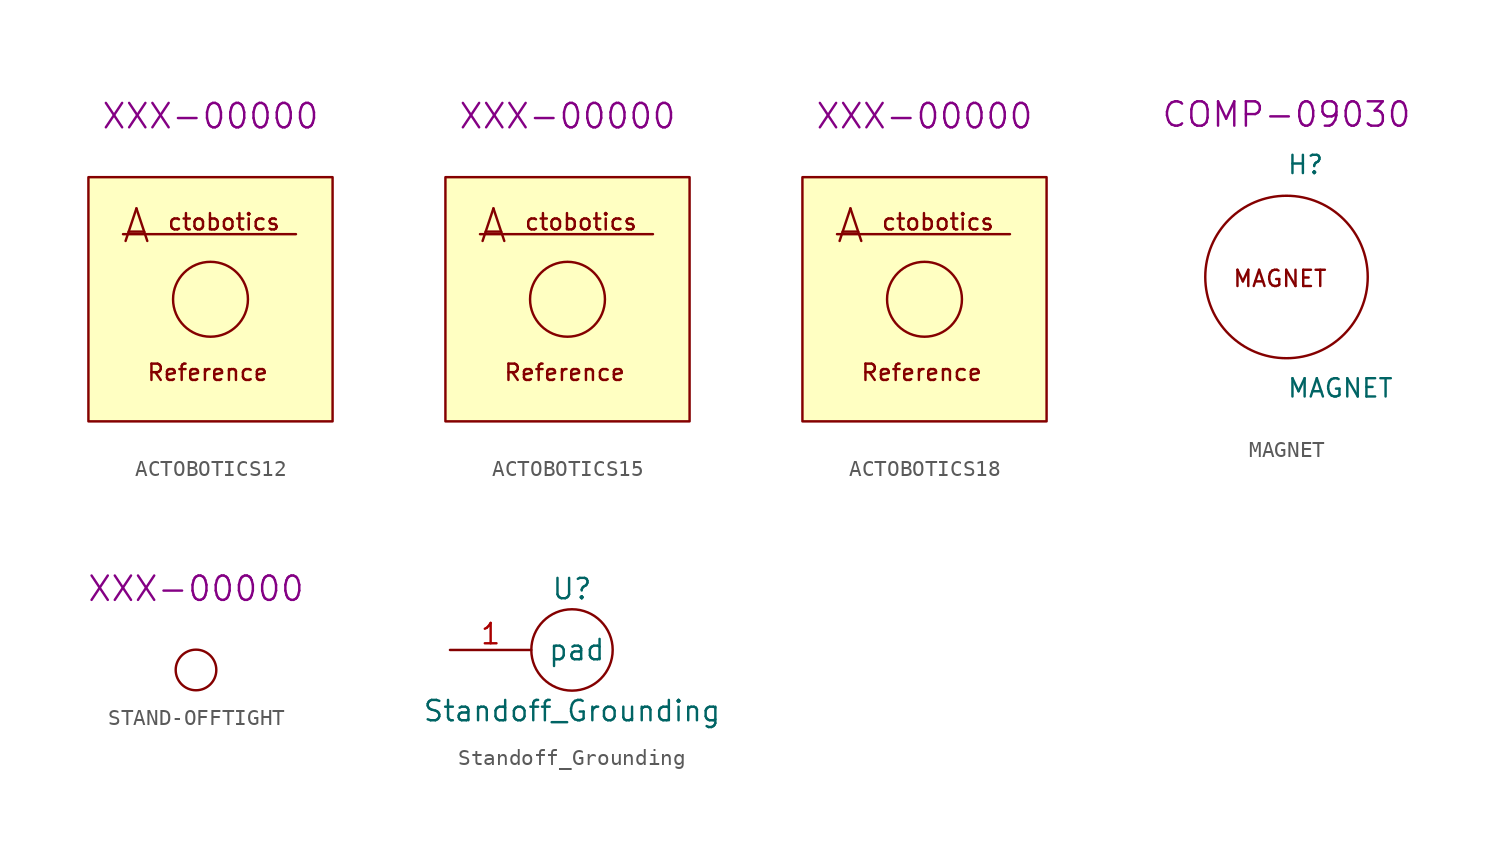
<source format=kicad_sym>
(kicad_symbol_lib
  (version 20201005)
  (generator kicad_symbol_editor)
  (symbol "ACTOBOTICS12"
    (pin_numbers hide)
    (pin_names
      (offset 1.016) hide)
    (property "Reference" "H"
      (at 0 8.89 0)
      (effects (font (size 1.143 1.143)) hide))
    (property "Field4" "XXX-00000"
      (at 0 11.43 0)
      (effects (font (size 1.524 1.524))))
    (property "ki_locked" ""
      (at 0 0 0)
      (effects (font (size 1.27 1.27))))
    (symbol "ACTOBOTICS12_1_0"
      (text "A" (at -4.623 4.572 0) (effects (font (size 2.032 2.032))))
      (text "ctobotics" (at 0.838 4.826 0) (effects (font (size 1.016 1.016))))
      (text "Reference" (at -0.178 -4.572 0) (effects (font (size 1.016 1.016))))
      (polyline (pts (xy -5.461 4.064) (xy 5.334 4.064)) (stroke (width 0)) (fill (type none))))
    (symbol "ACTOBOTICS12_1_1"
      (circle (center 0 0) (radius 2.337) (stroke (width 0)) (fill (type none)))
      (polyline (pts (xy -7.62 -7.62) (xy 7.62 -7.62) (xy 7.62 7.62) (xy -7.62 7.62) (xy -7.62 -7.62)) (stroke (width 0)) (fill (type background)))))
  (symbol "ACTOBOTICS15"
    (pin_numbers hide)
    (pin_names
      (offset 1.016) hide)
    (property "Reference" "H"
      (at 0 8.89 0)
      (effects (font (size 1.143 1.143)) hide))
    (property "Field4" "XXX-00000"
      (at 0 11.43 0)
      (effects (font (size 1.524 1.524))))
    (property "ki_locked" ""
      (at 0 0 0)
      (effects (font (size 1.27 1.27))))
    (symbol "ACTOBOTICS15_1_0"
      (text "A" (at -4.623 4.572 0) (effects (font (size 2.032 2.032))))
      (text "ctobotics" (at 0.838 4.826 0) (effects (font (size 1.016 1.016))))
      (text "Reference" (at -0.178 -4.572 0) (effects (font (size 1.016 1.016))))
      (polyline (pts (xy -5.461 4.064) (xy 5.334 4.064)) (stroke (width 0)) (fill (type none))))
    (symbol "ACTOBOTICS15_1_1"
      (circle (center 0 0) (radius 2.337) (stroke (width 0)) (fill (type none)))
      (polyline (pts (xy -7.62 -7.62) (xy 7.62 -7.62) (xy 7.62 7.62) (xy -7.62 7.62) (xy -7.62 -7.62)) (stroke (width 0)) (fill (type background)))))
  (symbol "ACTOBOTICS18"
    (pin_numbers hide)
    (pin_names
      (offset 1.016) hide)
    (property "Reference" "H"
      (at 0 8.89 0)
      (effects (font (size 1.143 1.143)) hide))
    (property "Field4" "XXX-00000"
      (at 0 11.43 0)
      (effects (font (size 1.524 1.524))))
    (property "ki_locked" ""
      (at 0 0 0)
      (effects (font (size 1.27 1.27))))
    (symbol "ACTOBOTICS18_1_0"
      (text "A" (at -4.623 4.572 0) (effects (font (size 2.032 2.032))))
      (text "ctobotics" (at 0.838 4.826 0) (effects (font (size 1.016 1.016))))
      (text "Reference" (at -0.178 -4.572 0) (effects (font (size 1.016 1.016))))
      (polyline (pts (xy -5.461 4.064) (xy 5.334 4.064)) (stroke (width 0)) (fill (type none))))
    (symbol "ACTOBOTICS18_1_1"
      (circle (center 0 0) (radius 2.337) (stroke (width 0)) (fill (type none)))
      (polyline (pts (xy -7.62 -7.62) (xy 7.62 -7.62) (xy 7.62 7.62) (xy -7.62 7.62) (xy -7.62 -7.62)) (stroke (width 0)) (fill (type background)))))
  (symbol "MAGNET"
    (pin_numbers hide)
    (pin_names
      (offset 1.016) hide)
    (property "Reference" "H"
      (at 0 6.35 0)
      (effects (font (size 1.143 1.143)) (justify left bottom)))
    (property "Value" "MAGNET"
      (at 0 -7.62 0)
      (effects (font (size 1.143 1.143)) (justify left bottom)))
    (property "Field4" "COMP-09030"
      (at 0 10.16 0)
      (effects (font (size 1.524 1.524))))
    (property "ki_locked" ""
      (at 0 0 0)
      (effects (font (size 1.27 1.27))))
    (symbol "MAGNET_1_0"
      (text "MAGNET" (at -0.406 -0.102 0) (effects (font (size 1.016 1.016)))))
    (symbol "MAGNET_1_1"
      (circle (center 0 0) (radius 5.08) (stroke (width 0)) (fill (type none)))))
  (symbol "STAND-OFFTIGHT"
    (pin_numbers hide)
    (pin_names
      (offset 1.016) hide)
    (property "Reference" "H"
      (at 0 2.54 0)
      (effects (font (size 1.143 1.143)) hide))
    (property "Field4" "XXX-00000"
      (at 0 5.08 0)
      (effects (font (size 1.524 1.524))))
    (property "ki_locked" ""
      (at 0 0 0)
      (effects (font (size 1.27 1.27))))
    (symbol "STAND-OFFTIGHT_1_1"
      (circle (center 0 0) (radius 1.27) (stroke (width 0)) (fill (type none)))))
  (symbol "Standoff_Grounding"
    (pin_names
      (offset 1.016))
    (property "Reference" "U"
      (at 0 3.81 0)
      (effects (font (size 1.27 1.27))))
    (property "Value" "Standoff_Grounding"
      (at 0 -3.81 0)
      (effects (font (size 1.27 1.27))))
    (symbol "Standoff_Grounding_0_1"
      (circle (center 0 0) (radius 2.54) (stroke (width 0)) (fill (type none))))
    (symbol "Standoff_Grounding_1_1"
      (pin input line (at -7.62 0 0) (length 5.08) (name "pad" (effects (font (size 1.27 1.27)))) (number "1" (effects (font (size 1.27 1.27))))))))
</source>
